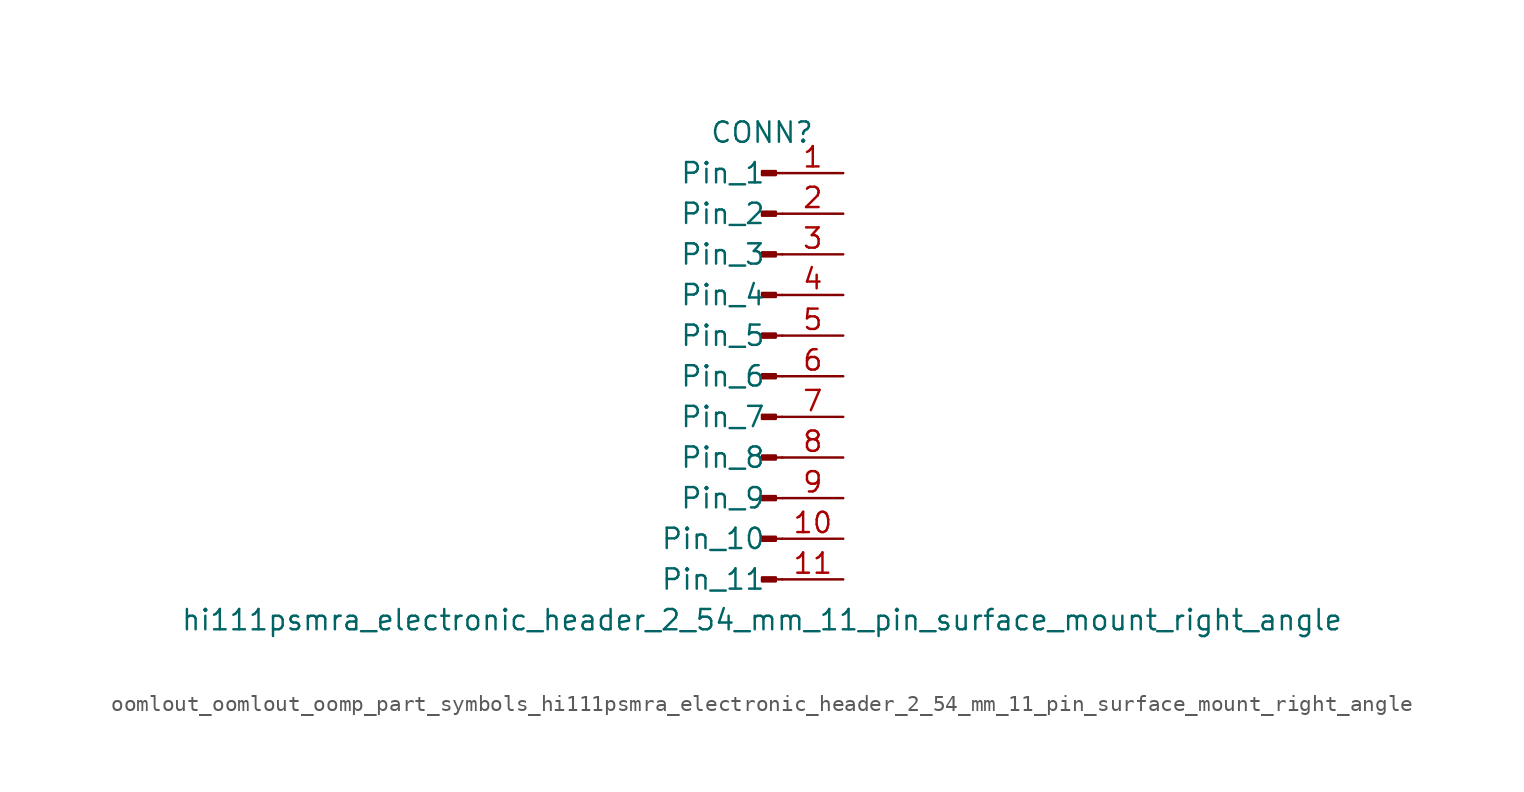
<source format=kicad_sym>
(kicad_symbol_lib
  (version 20220914)
  (generator kicad_symbol_editor)
  (symbol "oomlout_oomlout_oomp_part_symbols_hi111psmra_electronic_header_2_54_mm_11_pin_surface_mount_right_angle"
    (pin_names
      (offset 1.016))
    (property "Reference" "CONN"
      (at 0 15.24 0)
      (effects (font (size 1.27 1.27))))
    (property "Value" "hi111psmra_electronic_header_2_54_mm_11_pin_surface_mount_right_angle"
      (at 0 -15.24 0)
      (effects (font (size 1.27 1.27))))
    (property "ki_locked" ""
      (at 0 0 0)
      (effects (font (size 1.27 1.27))))
    (symbol "oomlout_oomlout_oomp_part_symbols_hi111psmra_electronic_header_2_54_mm_11_pin_surface_mount_right_angle_1_1"
      (polyline (pts (xy 1.27 -12.7) (xy 0.864 -12.7)) (stroke (width 0.152) (type default)) (fill (type none)))
      (polyline (pts (xy 1.27 -10.16) (xy 0.864 -10.16)) (stroke (width 0.152) (type default)) (fill (type none)))
      (polyline (pts (xy 1.27 -7.62) (xy 0.864 -7.62)) (stroke (width 0.152) (type default)) (fill (type none)))
      (polyline (pts (xy 1.27 -5.08) (xy 0.864 -5.08)) (stroke (width 0.152) (type default)) (fill (type none)))
      (polyline (pts (xy 1.27 -2.54) (xy 0.864 -2.54)) (stroke (width 0.152) (type default)) (fill (type none)))
      (polyline (pts (xy 1.27 0) (xy 0.864 0)) (stroke (width 0.152) (type default)) (fill (type none)))
      (polyline (pts (xy 1.27 2.54) (xy 0.864 2.54)) (stroke (width 0.152) (type default)) (fill (type none)))
      (polyline (pts (xy 1.27 5.08) (xy 0.864 5.08)) (stroke (width 0.152) (type default)) (fill (type none)))
      (polyline (pts (xy 1.27 7.62) (xy 0.864 7.62)) (stroke (width 0.152) (type default)) (fill (type none)))
      (polyline (pts (xy 1.27 10.16) (xy 0.864 10.16)) (stroke (width 0.152) (type default)) (fill (type none)))
      (polyline (pts (xy 1.27 12.7) (xy 0.864 12.7)) (stroke (width 0.152) (type default)) (fill (type none)))
      (rectangle (start 0.864 -12.573) (end 0 -12.827) (stroke (width 0.152) (type default)) (fill (type outline)))
      (rectangle (start 0.864 -10.033) (end 0 -10.287) (stroke (width 0.152) (type default)) (fill (type outline)))
      (rectangle (start 0.864 -7.493) (end 0 -7.747) (stroke (width 0.152) (type default)) (fill (type outline)))
      (rectangle (start 0.864 -4.953) (end 0 -5.207) (stroke (width 0.152) (type default)) (fill (type outline)))
      (rectangle (start 0.864 -2.413) (end 0 -2.667) (stroke (width 0.152) (type default)) (fill (type outline)))
      (rectangle (start 0.864 0.127) (end 0 -0.127) (stroke (width 0.152) (type default)) (fill (type outline)))
      (rectangle (start 0.864 2.667) (end 0 2.413) (stroke (width 0.152) (type default)) (fill (type outline)))
      (rectangle (start 0.864 5.207) (end 0 4.953) (stroke (width 0.152) (type default)) (fill (type outline)))
      (rectangle (start 0.864 7.747) (end 0 7.493) (stroke (width 0.152) (type default)) (fill (type outline)))
      (rectangle (start 0.864 10.287) (end 0 10.033) (stroke (width 0.152) (type default)) (fill (type outline)))
      (rectangle (start 0.864 12.827) (end 0 12.573) (stroke (width 0.152) (type default)) (fill (type outline)))
      (pin passive line (at 5.08 12.7 180) (length 3.81) (name "Pin_1" (effects (font (size 1.27 1.27)))) (number "1" (effects (font (size 1.27 1.27)))))
      (pin passive line (at 5.08 -10.16 180) (length 3.81) (name "Pin_10" (effects (font (size 1.27 1.27)))) (number "10" (effects (font (size 1.27 1.27)))))
      (pin passive line (at 5.08 -12.7 180) (length 3.81) (name "Pin_11" (effects (font (size 1.27 1.27)))) (number "11" (effects (font (size 1.27 1.27)))))
      (pin passive line (at 5.08 10.16 180) (length 3.81) (name "Pin_2" (effects (font (size 1.27 1.27)))) (number "2" (effects (font (size 1.27 1.27)))))
      (pin passive line (at 5.08 7.62 180) (length 3.81) (name "Pin_3" (effects (font (size 1.27 1.27)))) (number "3" (effects (font (size 1.27 1.27)))))
      (pin passive line (at 5.08 5.08 180) (length 3.81) (name "Pin_4" (effects (font (size 1.27 1.27)))) (number "4" (effects (font (size 1.27 1.27)))))
      (pin passive line (at 5.08 2.54 180) (length 3.81) (name "Pin_5" (effects (font (size 1.27 1.27)))) (number "5" (effects (font (size 1.27 1.27)))))
      (pin passive line (at 5.08 0 180) (length 3.81) (name "Pin_6" (effects (font (size 1.27 1.27)))) (number "6" (effects (font (size 1.27 1.27)))))
      (pin passive line (at 5.08 -2.54 180) (length 3.81) (name "Pin_7" (effects (font (size 1.27 1.27)))) (number "7" (effects (font (size 1.27 1.27)))))
      (pin passive line (at 5.08 -5.08 180) (length 3.81) (name "Pin_8" (effects (font (size 1.27 1.27)))) (number "8" (effects (font (size 1.27 1.27)))))
      (pin passive line (at 5.08 -7.62 180) (length 3.81) (name "Pin_9" (effects (font (size 1.27 1.27)))) (number "9" (effects (font (size 1.27 1.27))))))))
</source>
